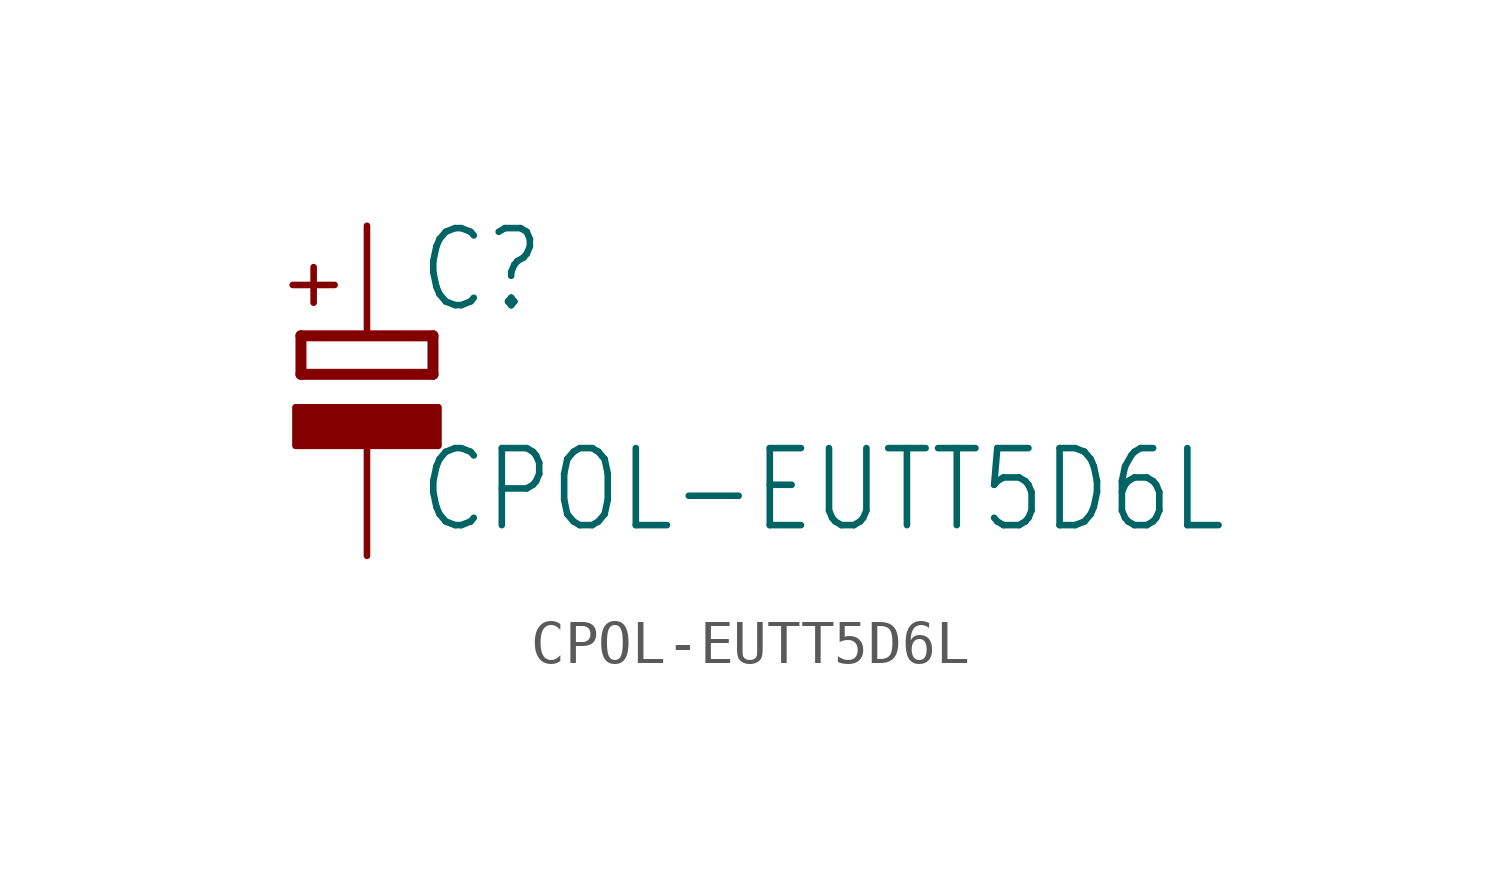
<source format=kicad_sym>
(kicad_symbol_lib
  (version 20220914)
  (generator kicad_symbol_editor)
  (symbol "CPOL-EUTT5D6L"
    (property "Reference" "C"
      (at 1.143 0.483 0)
      (effects (font (size 1.778 1.511)) (justify left bottom)))
    (property "Value" "CPOL-EUTT5D6L"
      (at 1.143 -4.597 0)
      (effects (font (size 1.778 1.511)) (justify left bottom)))
    (property "ki_locked" ""
      (at 0 0 0)
      (effects (font (size 1.27 1.27))))
    (symbol "CPOL-EUTT5D6L_1_0"
      (rectangle (start -1.651 -2.54) (end 1.651 -1.651) (stroke (width 0) (type default)) (fill (type outline)))
      (polyline (pts (xy -1.524 -0.889) (xy 1.524 -0.889)) (stroke (width 0.254) (type default)) (fill (type none)))
      (polyline (pts (xy -1.524 0) (xy -1.524 -0.889)) (stroke (width 0.254) (type default)) (fill (type none)))
      (polyline (pts (xy -1.524 0) (xy 1.524 0)) (stroke (width 0.254) (type default)) (fill (type none)))
      (polyline (pts (xy 1.524 -0.889) (xy 1.524 0)) (stroke (width 0.254) (type default)) (fill (type none)))
      (text "+" (at -0.584 0.406 900) (effects (font (size 1.27 1.079)) (justify left bottom)))
      (pin passive line (at 0 2.54 270) (length 2.54) (name "+" (effects (font (size 0 0)))) (number "+" (effects (font (size 0 0)))))
      (pin passive line (at 0 -5.08 90) (length 2.54) (name "-" (effects (font (size 0 0)))) (number "-" (effects (font (size 0 0))))))))
</source>
